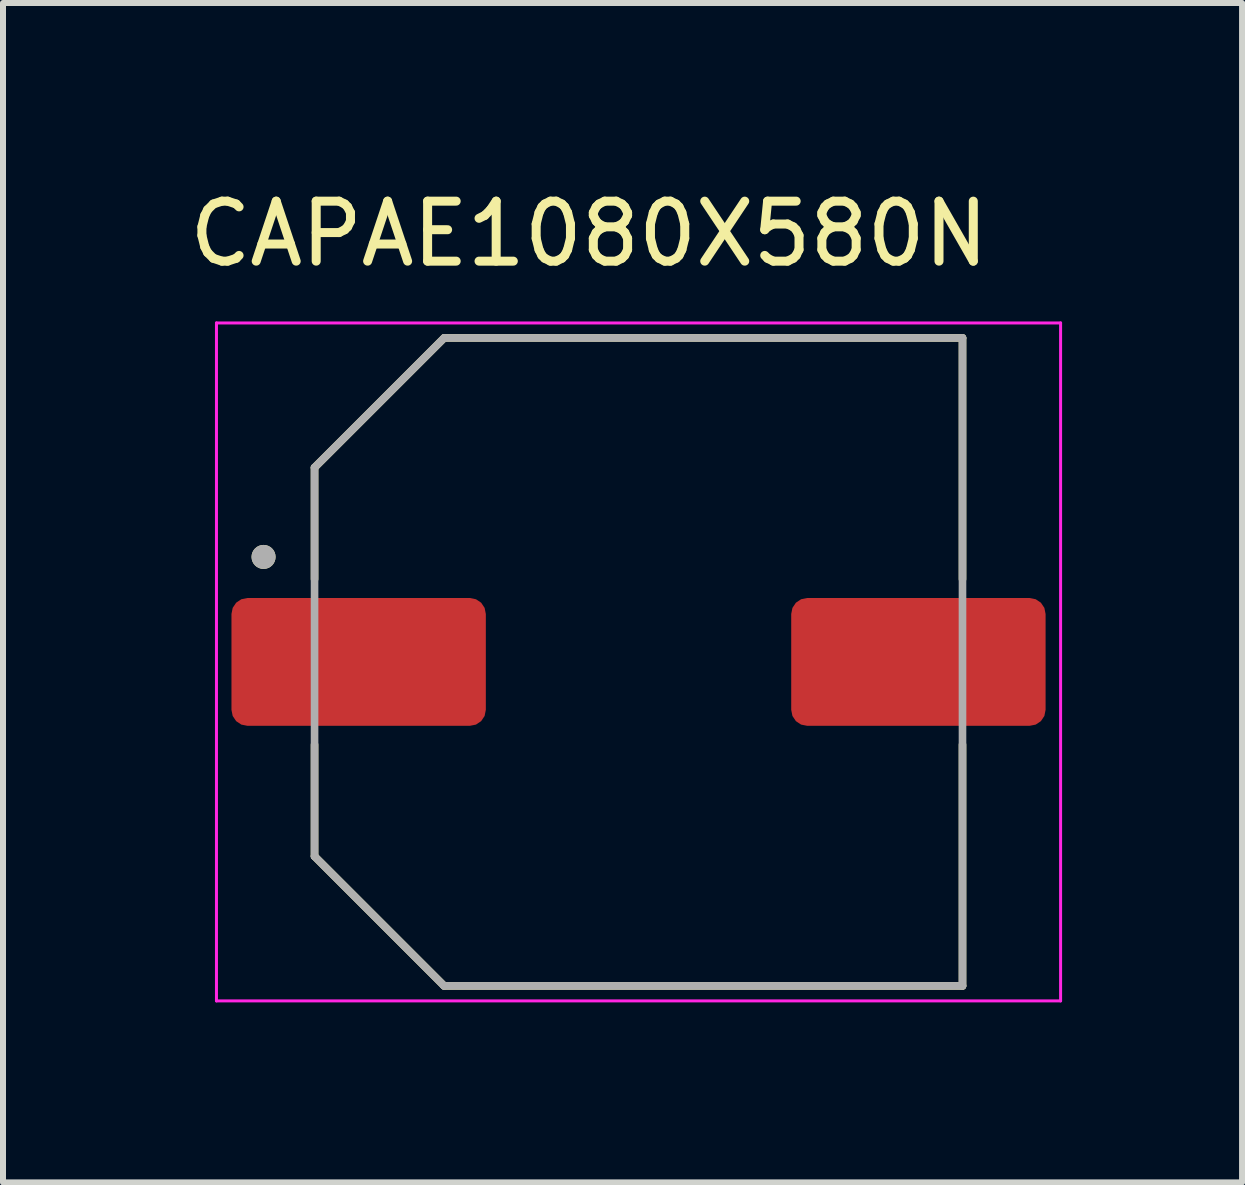
<source format=kicad_pcb>
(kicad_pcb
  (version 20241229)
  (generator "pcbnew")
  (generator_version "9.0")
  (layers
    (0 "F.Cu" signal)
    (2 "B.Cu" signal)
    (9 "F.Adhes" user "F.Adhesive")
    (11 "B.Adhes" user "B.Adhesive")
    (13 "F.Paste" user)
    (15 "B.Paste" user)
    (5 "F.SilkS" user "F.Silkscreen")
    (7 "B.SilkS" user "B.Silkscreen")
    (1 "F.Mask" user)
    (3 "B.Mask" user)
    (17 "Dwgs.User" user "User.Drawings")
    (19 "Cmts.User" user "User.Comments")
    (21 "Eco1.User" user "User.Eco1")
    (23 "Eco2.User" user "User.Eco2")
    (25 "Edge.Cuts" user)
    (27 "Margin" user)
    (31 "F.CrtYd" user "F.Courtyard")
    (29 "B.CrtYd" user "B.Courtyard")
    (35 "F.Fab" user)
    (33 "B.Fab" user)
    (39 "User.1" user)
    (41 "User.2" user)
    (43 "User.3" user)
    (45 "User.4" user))
  (footprint "CAPAE1080X580N"
    (layer "F.Cu")
    (at 7.593 7.983)
    (property "Reference" "CAPAE1080X580N" (at -0.825 -7.135 0) (layer "F.SilkS") (effects (font (size 1 1) (thickness 0.15))))
    (attr smd)
    (fp_line (start -5.4 -3.24) (end -5.4 -1.379) (stroke (width 0.127) (type solid)) (layer "F.SilkS"))
    (fp_line (start -5.4 -3.24) (end -3.24 -5.4) (stroke (width 0.127) (type solid)) (layer "F.SilkS"))
    (fp_line (start -5.4 3.24) (end -5.4 1.379) (stroke (width 0.127) (type solid)) (layer "F.SilkS"))
    (fp_line (start -3.24 -5.4) (end 5.4 -5.4) (stroke (width 0.127) (type solid)) (layer "F.SilkS"))
    (fp_line (start -3.24 5.4) (end -5.4 3.24) (stroke (width 0.127) (type solid)) (layer "F.SilkS"))
    (fp_line (start 5.4 -5.4) (end 5.4 -1.379) (stroke (width 0.127) (type solid)) (layer "F.SilkS"))
    (fp_line (start 5.4 1.379) (end 5.4 5.4) (stroke (width 0.127) (type solid)) (layer "F.SilkS"))
    (fp_line (start 5.4 5.4) (end -3.24 5.4) (stroke (width 0.127) (type solid)) (layer "F.SilkS"))
    (fp_circle (center -6.25 -1.75) (end -6.15 -1.75) (stroke (width 0.2) (type solid)) (fill no) (layer "F.SilkS"))
    (fp_line (start -7.035 -5.65) (end 7.035 -5.65) (stroke (width 0.05) (type solid)) (layer "F.CrtYd"))
    (fp_line (start -7.035 5.65) (end -7.035 -5.65) (stroke (width 0.05) (type solid)) (layer "F.CrtYd"))
    (fp_line (start 7.035 -5.65) (end 7.035 5.65) (stroke (width 0.05) (type solid)) (layer "F.CrtYd"))
    (fp_line (start 7.035 5.65) (end -7.035 5.65) (stroke (width 0.05) (type solid)) (layer "F.CrtYd"))
    (fp_line (start -5.4 -3.24) (end -3.24 -5.4) (stroke (width 0.127) (type solid)) (layer "F.Fab"))
    (fp_line (start -5.4 3.24) (end -5.4 -3.24) (stroke (width 0.127) (type solid)) (layer "F.Fab"))
    (fp_line (start -3.24 -5.4) (end 5.4 -5.4) (stroke (width 0.127) (type solid)) (layer "F.Fab"))
    (fp_line (start -3.24 5.4) (end -5.4 3.24) (stroke (width 0.127) (type solid)) (layer "F.Fab"))
    (fp_line (start 5.4 -5.4) (end 5.4 5.4) (stroke (width 0.127) (type solid)) (layer "F.Fab"))
    (fp_line (start 5.4 5.4) (end -3.24 5.4) (stroke (width 0.127) (type solid)) (layer "F.Fab"))
    (fp_circle (center -6.25 -1.75) (end -6.15 -1.75) (stroke (width 0.2) (type solid)) (fill no) (layer "F.Fab"))
    (pad "1" smd roundrect (at -4.665 0) (size 4.24 2.13) (layers "F.Cu" "F.Mask" "F.Paste") (roundrect_rratio 0.125))
    (pad "2" smd roundrect (at 4.665 0) (size 4.24 2.13) (layers "F.Cu" "F.Mask" "F.Paste") (roundrect_rratio 0.125)))
  (gr_rect
    (start -3 -3)
    (end 17.653 16.658)
    (stroke (width 0.1) (type default))
    (fill no)
    (layer "Edge.Cuts")))
</source>
